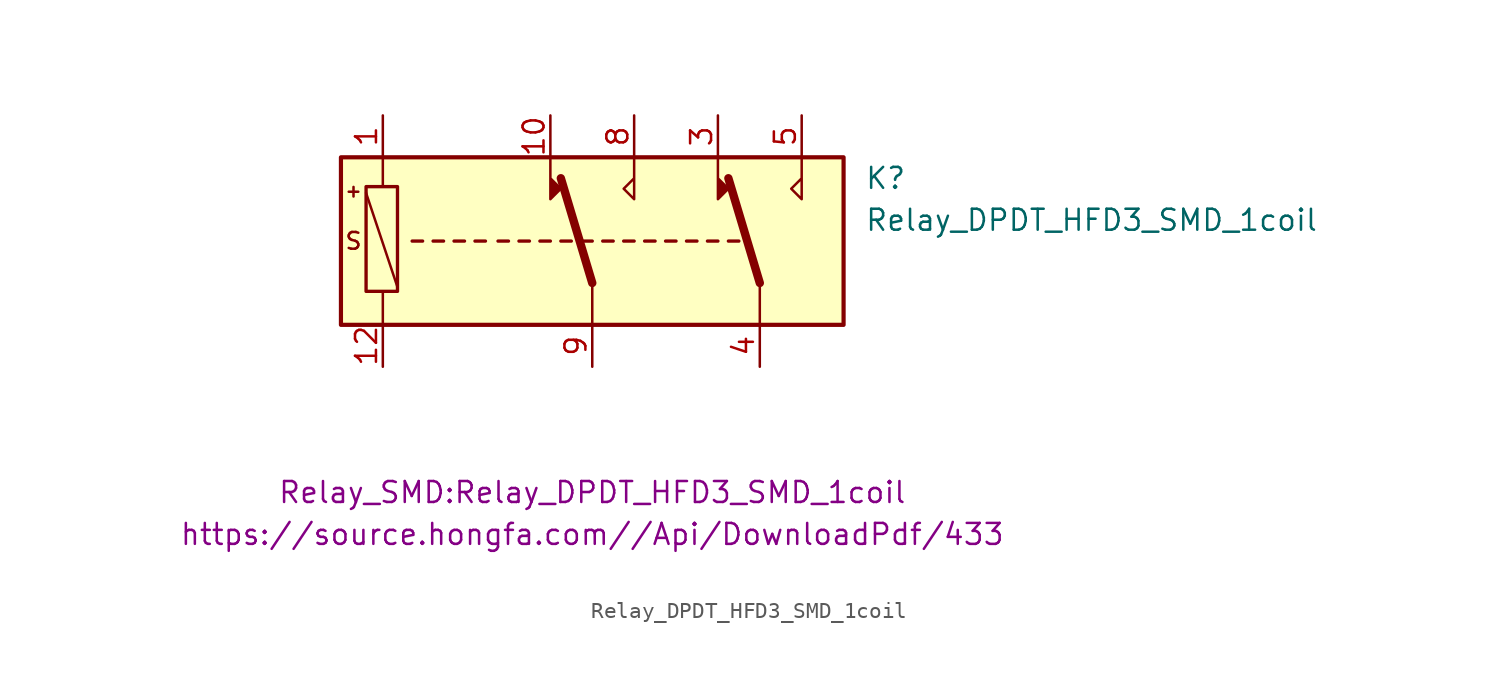
<source format=kicad_sym>
(kicad_symbol_lib
  (version 20231120)
  (generator "kicad_symbol_editor")
  (generator_version "8.0")
  (symbol "Relay_DPDT_HFD3_SMD_1coil"
    (property "Reference" "K"
      (at 16.51 3.81 0)
      (effects (font (size 1.27 1.27)) (justify left)))
    (property "Value" "Relay_DPDT_HFD3_SMD_1coil"
      (at 16.51 1.27 0)
      (effects (font (size 1.27 1.27)) (justify left)))
    (property "Footprint" "Relay_SMD:Relay_DPDT_HFD3_SMD_1coil"
      (at 0 -15.24 0)
      (effects (font (size 1.27 1.27))))
    (property "Datasheet" "https://source.hongfa.com//Api/DownloadPdf/433"
      (at 0 -17.78 0)
      (effects (font (size 1.27 1.27))))
    (symbol "Relay_DPDT_HFD3_SMD_1coil_0_0"
      (polyline (pts (xy -2.54 5.08) (xy -2.54 2.54) (xy -1.905 3.175) (xy -2.54 3.81)) (stroke (width 0) (type default)) (fill (type outline)))
      (polyline (pts (xy 2.54 5.08) (xy 2.54 2.54) (xy 1.905 3.175) (xy 2.54 3.81)) (stroke (width 0) (type default)) (fill (type none)))
      (polyline (pts (xy 7.62 5.08) (xy 7.62 2.54) (xy 8.255 3.175) (xy 7.62 3.81)) (stroke (width 0) (type default)) (fill (type outline)))
      (polyline (pts (xy 12.7 5.08) (xy 12.7 2.54) (xy 12.065 3.175) (xy 12.7 3.81)) (stroke (width 0) (type default)) (fill (type none)))
      (text "+" (at -14.478 3.048 0) (effects (font (size 0.762 0.762))))
      (text "S" (at -14.478 0 0) (effects (font (size 1.016 1.016)))))
    (symbol "Relay_DPDT_HFD3_SMD_1coil_0_1"
      (rectangle (start -15.24 5.08) (end 15.24 -5.08) (stroke (width 0.254) (type default)) (fill (type background)))
      (rectangle (start -13.716 -3.048) (end -11.811 3.302) (stroke (width 0.203) (type default)) (fill (type none)))
      (polyline (pts (xy -12.7 -3.048) (xy -12.7 -5.08)) (stroke (width 0) (type default)) (fill (type none)))
      (polyline (pts (xy -12.7 -3.048) (xy -12.7 -3.048)) (stroke (width 0) (type default)) (fill (type none)))
      (polyline (pts (xy -12.7 5.08) (xy -12.7 3.302)) (stroke (width 0) (type default)) (fill (type none)))
      (polyline (pts (xy -11.811 -2.794) (xy -13.716 2.921)) (stroke (width 0) (type default)) (fill (type none)))
      (polyline (pts (xy -10.922 0) (xy -10.287 0)) (stroke (width 0.203) (type default)) (fill (type none)))
      (polyline (pts (xy -9.652 0) (xy -9.017 0)) (stroke (width 0.203) (type default)) (fill (type none)))
      (polyline (pts (xy -8.382 0) (xy -7.747 0)) (stroke (width 0.203) (type default)) (fill (type none)))
      (polyline (pts (xy -7.112 0) (xy -6.477 0)) (stroke (width 0.203) (type default)) (fill (type none)))
      (polyline (pts (xy -5.715 0) (xy -5.08 0)) (stroke (width 0.203) (type default)) (fill (type none)))
      (polyline (pts (xy -4.445 0) (xy -3.81 0)) (stroke (width 0.203) (type default)) (fill (type none)))
      (polyline (pts (xy -3.175 0) (xy -2.54 0)) (stroke (width 0.203) (type default)) (fill (type none)))
      (polyline (pts (xy -1.905 0) (xy -1.27 0)) (stroke (width 0.203) (type default)) (fill (type none)))
      (polyline (pts (xy -0.635 0) (xy 0 0)) (stroke (width 0.203) (type default)) (fill (type none)))
      (polyline (pts (xy 0 -2.54) (xy -1.905 3.81)) (stroke (width 0.508) (type default)) (fill (type none)))
      (polyline (pts (xy 0 -2.54) (xy 0 -5.08)) (stroke (width 0) (type default)) (fill (type none)))
      (polyline (pts (xy 0.635 0) (xy 1.27 0)) (stroke (width 0.203) (type default)) (fill (type none)))
      (polyline (pts (xy 1.905 0) (xy 2.54 0)) (stroke (width 0.203) (type default)) (fill (type none)))
      (polyline (pts (xy 3.175 0) (xy 3.81 0)) (stroke (width 0.203) (type default)) (fill (type none)))
      (polyline (pts (xy 4.445 0) (xy 5.08 0)) (stroke (width 0.203) (type default)) (fill (type none)))
      (polyline (pts (xy 5.715 0) (xy 6.35 0)) (stroke (width 0.203) (type default)) (fill (type none)))
      (polyline (pts (xy 6.985 0) (xy 7.62 0)) (stroke (width 0.203) (type default)) (fill (type none)))
      (polyline (pts (xy 8.255 0) (xy 8.89 0)) (stroke (width 0.203) (type default)) (fill (type none)))
      (polyline (pts (xy 10.16 -2.54) (xy 8.255 3.81)) (stroke (width 0.508) (type default)) (fill (type none)))
      (polyline (pts (xy 10.16 -2.54) (xy 10.16 -5.08)) (stroke (width 0) (type default)) (fill (type none))))
    (symbol "Relay_DPDT_HFD3_SMD_1coil_1_1"
      (pin passive line (at -12.7 7.62 270) (length 2.54) (name "~" (effects (font (size 1.27 1.27)))) (number "1" (effects (font (size 1.27 1.27)))))
      (pin passive line (at -2.54 7.62 270) (length 2.54) (name "~" (effects (font (size 1.27 1.27)))) (number "10" (effects (font (size 1.27 1.27)))))
      (pin passive line (at -12.7 -7.62 90) (length 2.54) (name "~" (effects (font (size 1.27 1.27)))) (number "12" (effects (font (size 1.27 1.27)))))
      (pin passive line (at 7.62 7.62 270) (length 2.54) (name "~" (effects (font (size 1.27 1.27)))) (number "3" (effects (font (size 1.27 1.27)))))
      (pin passive line (at 10.16 -7.62 90) (length 2.54) (name "~" (effects (font (size 1.27 1.27)))) (number "4" (effects (font (size 1.27 1.27)))))
      (pin passive line (at 12.7 7.62 270) (length 2.54) (name "~" (effects (font (size 1.27 1.27)))) (number "5" (effects (font (size 1.27 1.27)))))
      (pin passive line (at 2.54 7.62 270) (length 2.54) (name "~" (effects (font (size 1.27 1.27)))) (number "8" (effects (font (size 1.27 1.27)))))
      (pin passive line (at 0 -7.62 90) (length 2.54) (name "~" (effects (font (size 1.27 1.27)))) (number "9" (effects (font (size 1.27 1.27))))))))
</source>
